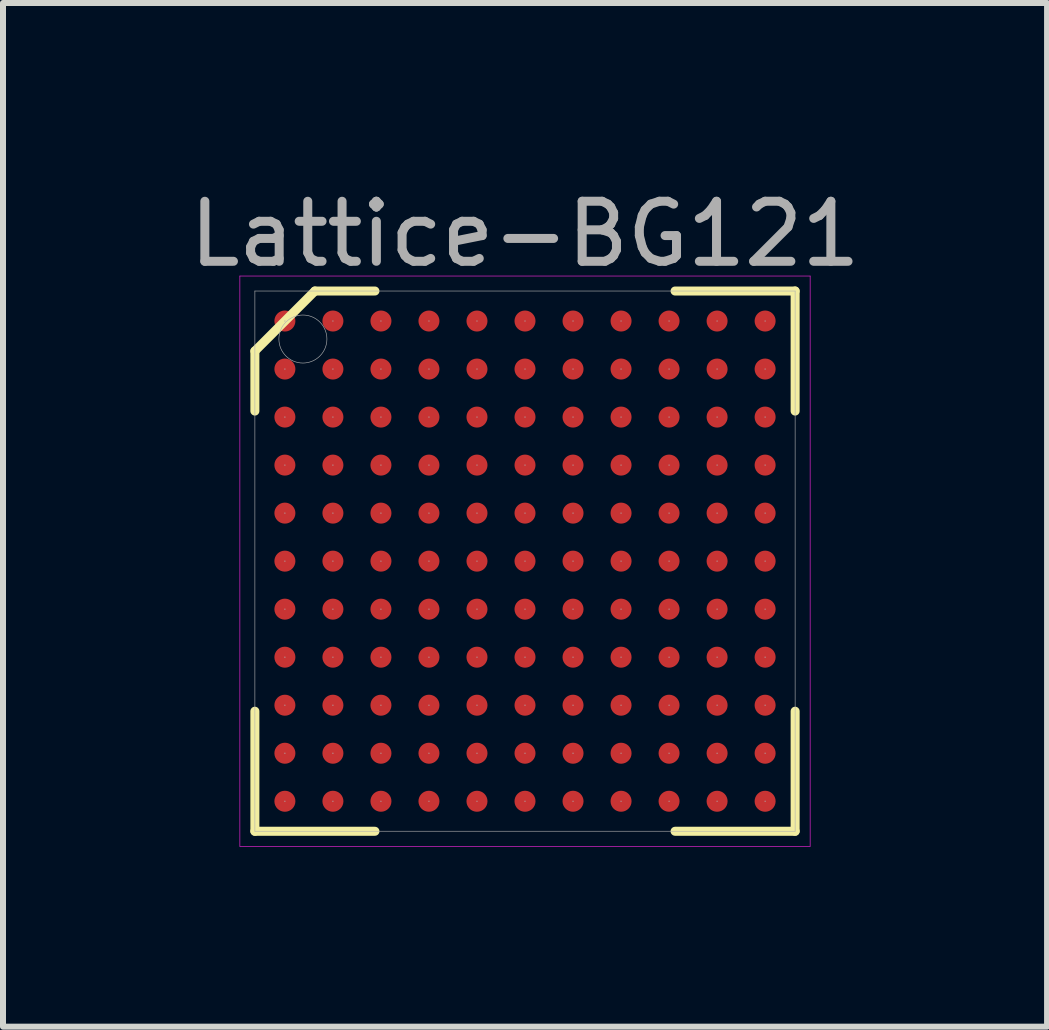
<source format=kicad_pcb>
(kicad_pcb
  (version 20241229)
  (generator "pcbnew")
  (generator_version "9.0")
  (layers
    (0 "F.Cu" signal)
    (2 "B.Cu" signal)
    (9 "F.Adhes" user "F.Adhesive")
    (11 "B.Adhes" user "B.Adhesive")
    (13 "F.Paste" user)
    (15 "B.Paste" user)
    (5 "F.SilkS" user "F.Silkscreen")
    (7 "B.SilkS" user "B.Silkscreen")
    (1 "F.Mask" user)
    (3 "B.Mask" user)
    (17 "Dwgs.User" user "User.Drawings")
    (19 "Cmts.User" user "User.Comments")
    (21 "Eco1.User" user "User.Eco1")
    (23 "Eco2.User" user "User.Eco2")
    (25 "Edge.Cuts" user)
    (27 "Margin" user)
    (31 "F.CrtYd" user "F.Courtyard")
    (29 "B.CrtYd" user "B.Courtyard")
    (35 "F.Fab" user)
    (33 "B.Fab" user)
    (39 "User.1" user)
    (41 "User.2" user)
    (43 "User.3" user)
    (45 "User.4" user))
  (footprint "Lattice-BG121"
    (layer "F.Cu")
    (at 5.696 6.298)
    (property "Reference" "Lattice-BG121" (at 0 -5.45 0) (layer "F.Fab") (effects (font (size 1 1) (thickness 0.15))))
    (attr through_hole)
    (fp_line (start -4.5 -3.5) (end -3.5 -4.5) (stroke (width 0.15) (type solid)) (layer "F.SilkS"))
    (fp_line (start -4.5 -2.5) (end -4.5 -3.5) (stroke (width 0.15) (type solid)) (layer "F.SilkS"))
    (fp_line (start -4.5 4.5) (end -4.5 2.5) (stroke (width 0.15) (type solid)) (layer "F.SilkS"))
    (fp_line (start -2.5 -4.5) (end -3.5 -4.5) (stroke (width 0.15) (type solid)) (layer "F.SilkS"))
    (fp_line (start -2.5 4.5) (end -4.5 4.5) (stroke (width 0.15) (type solid)) (layer "F.SilkS"))
    (fp_line (start 2.5 -4.5) (end 4.5 -4.5) (stroke (width 0.15) (type solid)) (layer "F.SilkS"))
    (fp_line (start 2.5 4.5) (end 4.5 4.5) (stroke (width 0.15) (type solid)) (layer "F.SilkS"))
    (fp_line (start 4.5 -4.5) (end 4.5 -2.5) (stroke (width 0.15) (type solid)) (layer "F.SilkS"))
    (fp_line (start 4.5 4.5) (end 4.5 2.5) (stroke (width 0.15) (type solid)) (layer "F.SilkS"))
    (fp_line (start -4.75 -4.75) (end 4.75 -4.75) (stroke (width 0.01) (type solid)) (layer "F.CrtYd"))
    (fp_line (start -4.75 4.75) (end -4.75 -4.75) (stroke (width 0.01) (type solid)) (layer "F.CrtYd"))
    (fp_line (start 4.75 -4.75) (end 4.75 4.75) (stroke (width 0.01) (type solid)) (layer "F.CrtYd"))
    (fp_line (start 4.75 4.75) (end -4.75 4.75) (stroke (width 0.01) (type solid)) (layer "F.CrtYd"))
    (fp_line (start -4.5 -4.5) (end 4.5 -4.5) (stroke (width 0.01) (type solid)) (layer "F.Fab"))
    (fp_line (start -4.5 4.5) (end -4.5 -4.5) (stroke (width 0.01) (type solid)) (layer "F.Fab"))
    (fp_line (start 4.5 -4.5) (end 4.5 4.5) (stroke (width 0.01) (type solid)) (layer "F.Fab"))
    (fp_line (start 4.5 4.5) (end -4.5 4.5) (stroke (width 0.01) (type solid)) (layer "F.Fab"))
    (fp_circle (center -4 -4) (end -4 -4) (stroke (width 0.01) (type solid)) (fill no) (layer "F.Fab"))
    (fp_circle (center -4 -3.2) (end -4 -3.2) (stroke (width 0.01) (type solid)) (fill no) (layer "F.Fab"))
    (fp_circle (center -4 -2.4) (end -4 -2.4) (stroke (width 0.01) (type solid)) (fill no) (layer "F.Fab"))
    (fp_circle (center -4 -1.6) (end -4 -1.6) (stroke (width 0.01) (type solid)) (fill no) (layer "F.Fab"))
    (fp_circle (center -4 -0.8) (end -4 -0.8) (stroke (width 0.01) (type solid)) (fill no) (layer "F.Fab"))
    (fp_circle (center -4 0) (end -4 0) (stroke (width 0.01) (type solid)) (fill no) (layer "F.Fab"))
    (fp_circle (center -4 0.8) (end -4 0.8) (stroke (width 0.01) (type solid)) (fill no) (layer "F.Fab"))
    (fp_circle (center -4 1.6) (end -4 1.6) (stroke (width 0.01) (type solid)) (fill no) (layer "F.Fab"))
    (fp_circle (center -4 2.4) (end -4 2.4) (stroke (width 0.01) (type solid)) (fill no) (layer "F.Fab"))
    (fp_circle (center -4 3.2) (end -4 3.2) (stroke (width 0.01) (type solid)) (fill no) (layer "F.Fab"))
    (fp_circle (center -4 4) (end -4 4) (stroke (width 0.01) (type solid)) (fill no) (layer "F.Fab"))
    (fp_circle (center -3.7 -3.7) (end -3.7 -3.3) (stroke (width 0.01) (type solid)) (fill no) (layer "F.Fab"))
    (fp_circle (center -3.2 -4) (end -3.2 -4) (stroke (width 0.01) (type solid)) (fill no) (layer "F.Fab"))
    (fp_circle (center -3.2 -3.2) (end -3.2 -3.2) (stroke (width 0.01) (type solid)) (fill no) (layer "F.Fab"))
    (fp_circle (center -3.2 -2.4) (end -3.2 -2.4) (stroke (width 0.01) (type solid)) (fill no) (layer "F.Fab"))
    (fp_circle (center -3.2 -1.6) (end -3.2 -1.6) (stroke (width 0.01) (type solid)) (fill no) (layer "F.Fab"))
    (fp_circle (center -3.2 -0.8) (end -3.2 -0.8) (stroke (width 0.01) (type solid)) (fill no) (layer "F.Fab"))
    (fp_circle (center -3.2 0) (end -3.2 0) (stroke (width 0.01) (type solid)) (fill no) (layer "F.Fab"))
    (fp_circle (center -3.2 0.8) (end -3.2 0.8) (stroke (width 0.01) (type solid)) (fill no) (layer "F.Fab"))
    (fp_circle (center -3.2 1.6) (end -3.2 1.6) (stroke (width 0.01) (type solid)) (fill no) (layer "F.Fab"))
    (fp_circle (center -3.2 2.4) (end -3.2 2.4) (stroke (width 0.01) (type solid)) (fill no) (layer "F.Fab"))
    (fp_circle (center -3.2 3.2) (end -3.2 3.2) (stroke (width 0.01) (type solid)) (fill no) (layer "F.Fab"))
    (fp_circle (center -3.2 4) (end -3.2 4) (stroke (width 0.01) (type solid)) (fill no) (layer "F.Fab"))
    (fp_circle (center -2.4 -4) (end -2.4 -4) (stroke (width 0.01) (type solid)) (fill no) (layer "F.Fab"))
    (fp_circle (center -2.4 -3.2) (end -2.4 -3.2) (stroke (width 0.01) (type solid)) (fill no) (layer "F.Fab"))
    (fp_circle (center -2.4 -2.4) (end -2.4 -2.4) (stroke (width 0.01) (type solid)) (fill no) (layer "F.Fab"))
    (fp_circle (center -2.4 -1.6) (end -2.4 -1.6) (stroke (width 0.01) (type solid)) (fill no) (layer "F.Fab"))
    (fp_circle (center -2.4 -0.8) (end -2.4 -0.8) (stroke (width 0.01) (type solid)) (fill no) (layer "F.Fab"))
    (fp_circle (center -2.4 0) (end -2.4 0) (stroke (width 0.01) (type solid)) (fill no) (layer "F.Fab"))
    (fp_circle (center -2.4 0.8) (end -2.4 0.8) (stroke (width 0.01) (type solid)) (fill no) (layer "F.Fab"))
    (fp_circle (center -2.4 1.6) (end -2.4 1.6) (stroke (width 0.01) (type solid)) (fill no) (layer "F.Fab"))
    (fp_circle (center -2.4 2.4) (end -2.4 2.4) (stroke (width 0.01) (type solid)) (fill no) (layer "F.Fab"))
    (fp_circle (center -2.4 3.2) (end -2.4 3.2) (stroke (width 0.01) (type solid)) (fill no) (layer "F.Fab"))
    (fp_circle (center -2.4 4) (end -2.4 4) (stroke (width 0.01) (type solid)) (fill no) (layer "F.Fab"))
    (fp_circle (center -1.6 -4) (end -1.6 -4) (stroke (width 0.01) (type solid)) (fill no) (layer "F.Fab"))
    (fp_circle (center -1.6 -3.2) (end -1.6 -3.2) (stroke (width 0.01) (type solid)) (fill no) (layer "F.Fab"))
    (fp_circle (center -1.6 -2.4) (end -1.6 -2.4) (stroke (width 0.01) (type solid)) (fill no) (layer "F.Fab"))
    (fp_circle (center -1.6 -1.6) (end -1.6 -1.6) (stroke (width 0.01) (type solid)) (fill no) (layer "F.Fab"))
    (fp_circle (center -1.6 -0.8) (end -1.6 -0.8) (stroke (width 0.01) (type solid)) (fill no) (layer "F.Fab"))
    (fp_circle (center -1.6 0) (end -1.6 0) (stroke (width 0.01) (type solid)) (fill no) (layer "F.Fab"))
    (fp_circle (center -1.6 0.8) (end -1.6 0.8) (stroke (width 0.01) (type solid)) (fill no) (layer "F.Fab"))
    (fp_circle (center -1.6 1.6) (end -1.6 1.6) (stroke (width 0.01) (type solid)) (fill no) (layer "F.Fab"))
    (fp_circle (center -1.6 2.4) (end -1.6 2.4) (stroke (width 0.01) (type solid)) (fill no) (layer "F.Fab"))
    (fp_circle (center -1.6 3.2) (end -1.6 3.2) (stroke (width 0.01) (type solid)) (fill no) (layer "F.Fab"))
    (fp_circle (center -1.6 4) (end -1.6 4) (stroke (width 0.01) (type solid)) (fill no) (layer "F.Fab"))
    (fp_circle (center -0.8 -4) (end -0.8 -4) (stroke (width 0.01) (type solid)) (fill no) (layer "F.Fab"))
    (fp_circle (center -0.8 -3.2) (end -0.8 -3.2) (stroke (width 0.01) (type solid)) (fill no) (layer "F.Fab"))
    (fp_circle (center -0.8 -2.4) (end -0.8 -2.4) (stroke (width 0.01) (type solid)) (fill no) (layer "F.Fab"))
    (fp_circle (center -0.8 -1.6) (end -0.8 -1.6) (stroke (width 0.01) (type solid)) (fill no) (layer "F.Fab"))
    (fp_circle (center -0.8 -0.8) (end -0.8 -0.8) (stroke (width 0.01) (type solid)) (fill no) (layer "F.Fab"))
    (fp_circle (center -0.8 0) (end -0.8 0) (stroke (width 0.01) (type solid)) (fill no) (layer "F.Fab"))
    (fp_circle (center -0.8 0.8) (end -0.8 0.8) (stroke (width 0.01) (type solid)) (fill no) (layer "F.Fab"))
    (fp_circle (center -0.8 1.6) (end -0.8 1.6) (stroke (width 0.01) (type solid)) (fill no) (layer "F.Fab"))
    (fp_circle (center -0.8 2.4) (end -0.8 2.4) (stroke (width 0.01) (type solid)) (fill no) (layer "F.Fab"))
    (fp_circle (center -0.8 3.2) (end -0.8 3.2) (stroke (width 0.01) (type solid)) (fill no) (layer "F.Fab"))
    (fp_circle (center -0.8 4) (end -0.8 4) (stroke (width 0.01) (type solid)) (fill no) (layer "F.Fab"))
    (fp_circle (center 0 -4) (end 0 -4) (stroke (width 0.01) (type solid)) (fill no) (layer "F.Fab"))
    (fp_circle (center 0 -3.2) (end 0 -3.2) (stroke (width 0.01) (type solid)) (fill no) (layer "F.Fab"))
    (fp_circle (center 0 -2.4) (end 0 -2.4) (stroke (width 0.01) (type solid)) (fill no) (layer "F.Fab"))
    (fp_circle (center 0 -1.6) (end 0 -1.6) (stroke (width 0.01) (type solid)) (fill no) (layer "F.Fab"))
    (fp_circle (center 0 -0.8) (end 0 -0.8) (stroke (width 0.01) (type solid)) (fill no) (layer "F.Fab"))
    (fp_circle (center 0 0) (end 0 0) (stroke (width 0.01) (type solid)) (fill no) (layer "F.Fab"))
    (fp_circle (center 0 0.8) (end 0 0.8) (stroke (width 0.01) (type solid)) (fill no) (layer "F.Fab"))
    (fp_circle (center 0 1.6) (end 0 1.6) (stroke (width 0.01) (type solid)) (fill no) (layer "F.Fab"))
    (fp_circle (center 0 2.4) (end 0 2.4) (stroke (width 0.01) (type solid)) (fill no) (layer "F.Fab"))
    (fp_circle (center 0 3.2) (end 0 3.2) (stroke (width 0.01) (type solid)) (fill no) (layer "F.Fab"))
    (fp_circle (center 0 4) (end 0 4) (stroke (width 0.01) (type solid)) (fill no) (layer "F.Fab"))
    (fp_circle (center 0.8 -4) (end 0.8 -4) (stroke (width 0.01) (type solid)) (fill no) (layer "F.Fab"))
    (fp_circle (center 0.8 -3.2) (end 0.8 -3.2) (stroke (width 0.01) (type solid)) (fill no) (layer "F.Fab"))
    (fp_circle (center 0.8 -2.4) (end 0.8 -2.4) (stroke (width 0.01) (type solid)) (fill no) (layer "F.Fab"))
    (fp_circle (center 0.8 -1.6) (end 0.8 -1.6) (stroke (width 0.01) (type solid)) (fill no) (layer "F.Fab"))
    (fp_circle (center 0.8 -0.8) (end 0.8 -0.8) (stroke (width 0.01) (type solid)) (fill no) (layer "F.Fab"))
    (fp_circle (center 0.8 0) (end 0.8 0) (stroke (width 0.01) (type solid)) (fill no) (layer "F.Fab"))
    (fp_circle (center 0.8 0.8) (end 0.8 0.8) (stroke (width 0.01) (type solid)) (fill no) (layer "F.Fab"))
    (fp_circle (center 0.8 1.6) (end 0.8 1.6) (stroke (width 0.01) (type solid)) (fill no) (layer "F.Fab"))
    (fp_circle (center 0.8 2.4) (end 0.8 2.4) (stroke (width 0.01) (type solid)) (fill no) (layer "F.Fab"))
    (fp_circle (center 0.8 3.2) (end 0.8 3.2) (stroke (width 0.01) (type solid)) (fill no) (layer "F.Fab"))
    (fp_circle (center 0.8 4) (end 0.8 4) (stroke (width 0.01) (type solid)) (fill no) (layer "F.Fab"))
    (fp_circle (center 1.6 -4) (end 1.6 -4) (stroke (width 0.01) (type solid)) (fill no) (layer "F.Fab"))
    (fp_circle (center 1.6 -3.2) (end 1.6 -3.2) (stroke (width 0.01) (type solid)) (fill no) (layer "F.Fab"))
    (fp_circle (center 1.6 -2.4) (end 1.6 -2.4) (stroke (width 0.01) (type solid)) (fill no) (layer "F.Fab"))
    (fp_circle (center 1.6 -1.6) (end 1.6 -1.6) (stroke (width 0.01) (type solid)) (fill no) (layer "F.Fab"))
    (fp_circle (center 1.6 -0.8) (end 1.6 -0.8) (stroke (width 0.01) (type solid)) (fill no) (layer "F.Fab"))
    (fp_circle (center 1.6 0) (end 1.6 0) (stroke (width 0.01) (type solid)) (fill no) (layer "F.Fab"))
    (fp_circle (center 1.6 0.8) (end 1.6 0.8) (stroke (width 0.01) (type solid)) (fill no) (layer "F.Fab"))
    (fp_circle (center 1.6 1.6) (end 1.6 1.6) (stroke (width 0.01) (type solid)) (fill no) (layer "F.Fab"))
    (fp_circle (center 1.6 2.4) (end 1.6 2.4) (stroke (width 0.01) (type solid)) (fill no) (layer "F.Fab"))
    (fp_circle (center 1.6 3.2) (end 1.6 3.2) (stroke (width 0.01) (type solid)) (fill no) (layer "F.Fab"))
    (fp_circle (center 1.6 4) (end 1.6 4) (stroke (width 0.01) (type solid)) (fill no) (layer "F.Fab"))
    (fp_circle (center 2.4 -4) (end 2.4 -4) (stroke (width 0.01) (type solid)) (fill no) (layer "F.Fab"))
    (fp_circle (center 2.4 -3.2) (end 2.4 -3.2) (stroke (width 0.01) (type solid)) (fill no) (layer "F.Fab"))
    (fp_circle (center 2.4 -2.4) (end 2.4 -2.4) (stroke (width 0.01) (type solid)) (fill no) (layer "F.Fab"))
    (fp_circle (center 2.4 -1.6) (end 2.4 -1.6) (stroke (width 0.01) (type solid)) (fill no) (layer "F.Fab"))
    (fp_circle (center 2.4 -0.8) (end 2.4 -0.8) (stroke (width 0.01) (type solid)) (fill no) (layer "F.Fab"))
    (fp_circle (center 2.4 0) (end 2.4 0) (stroke (width 0.01) (type solid)) (fill no) (layer "F.Fab"))
    (fp_circle (center 2.4 0.8) (end 2.4 0.8) (stroke (width 0.01) (type solid)) (fill no) (layer "F.Fab"))
    (fp_circle (center 2.4 1.6) (end 2.4 1.6) (stroke (width 0.01) (type solid)) (fill no) (layer "F.Fab"))
    (fp_circle (center 2.4 2.4) (end 2.4 2.4) (stroke (width 0.01) (type solid)) (fill no) (layer "F.Fab"))
    (fp_circle (center 2.4 3.2) (end 2.4 3.2) (stroke (width 0.01) (type solid)) (fill no) (layer "F.Fab"))
    (fp_circle (center 2.4 4) (end 2.4 4) (stroke (width 0.01) (type solid)) (fill no) (layer "F.Fab"))
    (fp_circle (center 3.2 -4) (end 3.2 -4) (stroke (width 0.01) (type solid)) (fill no) (layer "F.Fab"))
    (fp_circle (center 3.2 -3.2) (end 3.2 -3.2) (stroke (width 0.01) (type solid)) (fill no) (layer "F.Fab"))
    (fp_circle (center 3.2 -2.4) (end 3.2 -2.4) (stroke (width 0.01) (type solid)) (fill no) (layer "F.Fab"))
    (fp_circle (center 3.2 -1.6) (end 3.2 -1.6) (stroke (width 0.01) (type solid)) (fill no) (layer "F.Fab"))
    (fp_circle (center 3.2 -0.8) (end 3.2 -0.8) (stroke (width 0.01) (type solid)) (fill no) (layer "F.Fab"))
    (fp_circle (center 3.2 0) (end 3.2 0) (stroke (width 0.01) (type solid)) (fill no) (layer "F.Fab"))
    (fp_circle (center 3.2 0.8) (end 3.2 0.8) (stroke (width 0.01) (type solid)) (fill no) (layer "F.Fab"))
    (fp_circle (center 3.2 1.6) (end 3.2 1.6) (stroke (width 0.01) (type solid)) (fill no) (layer "F.Fab"))
    (fp_circle (center 3.2 2.4) (end 3.2 2.4) (stroke (width 0.01) (type solid)) (fill no) (layer "F.Fab"))
    (fp_circle (center 3.2 3.2) (end 3.2 3.2) (stroke (width 0.01) (type solid)) (fill no) (layer "F.Fab"))
    (fp_circle (center 3.2 4) (end 3.2 4) (stroke (width 0.01) (type solid)) (fill no) (layer "F.Fab"))
    (fp_circle (center 4 -4) (end 4 -4) (stroke (width 0.01) (type solid)) (fill no) (layer "F.Fab"))
    (fp_circle (center 4 -3.2) (end 4 -3.2) (stroke (width 0.01) (type solid)) (fill no) (layer "F.Fab"))
    (fp_circle (center 4 -2.4) (end 4 -2.4) (stroke (width 0.01) (type solid)) (fill no) (layer "F.Fab"))
    (fp_circle (center 4 -1.6) (end 4 -1.6) (stroke (width 0.01) (type solid)) (fill no) (layer "F.Fab"))
    (fp_circle (center 4 -0.8) (end 4 -0.8) (stroke (width 0.01) (type solid)) (fill no) (layer "F.Fab"))
    (fp_circle (center 4 0) (end 4 0) (stroke (width 0.01) (type solid)) (fill no) (layer "F.Fab"))
    (fp_circle (center 4 0.8) (end 4 0.8) (stroke (width 0.01) (type solid)) (fill no) (layer "F.Fab"))
    (fp_circle (center 4 1.6) (end 4 1.6) (stroke (width 0.01) (type solid)) (fill no) (layer "F.Fab"))
    (fp_circle (center 4 2.4) (end 4 2.4) (stroke (width 0.01) (type solid)) (fill no) (layer "F.Fab"))
    (fp_circle (center 4 3.2) (end 4 3.2) (stroke (width 0.01) (type solid)) (fill no) (layer "F.Fab"))
    (fp_circle (center 4 4) (end 4 4) (stroke (width 0.01) (type solid)) (fill no) (layer "F.Fab"))
    (pad "A1" smd circle (at -4 -4) (size 0.35 0.35) (layers "F.Cu" "F.Mask" "F.Paste"))
    (pad "A2" smd circle (at -3.2 -4) (size 0.35 0.35) (layers "F.Cu" "F.Mask" "F.Paste"))
    (pad "A3" smd circle (at -2.4 -4) (size 0.35 0.35) (layers "F.Cu" "F.Mask" "F.Paste"))
    (pad "A4" smd circle (at -1.6 -4) (size 0.35 0.35) (layers "F.Cu" "F.Mask" "F.Paste"))
    (pad "A5" smd circle (at -0.8 -4) (size 0.35 0.35) (layers "F.Cu" "F.Mask" "F.Paste"))
    (pad "A6" smd circle (at 0 -4) (size 0.35 0.35) (layers "F.Cu" "F.Mask" "F.Paste"))
    (pad "A7" smd circle (at 0.8 -4) (size 0.35 0.35) (layers "F.Cu" "F.Mask" "F.Paste"))
    (pad "A8" smd circle (at 1.6 -4) (size 0.35 0.35) (layers "F.Cu" "F.Mask" "F.Paste"))
    (pad "A9" smd circle (at 2.4 -4) (size 0.35 0.35) (layers "F.Cu" "F.Mask" "F.Paste"))
    (pad "A10" smd circle (at 3.2 -4) (size 0.35 0.35) (layers "F.Cu" "F.Mask" "F.Paste"))
    (pad "A11" smd circle (at 4 -4) (size 0.35 0.35) (layers "F.Cu" "F.Mask" "F.Paste"))
    (pad "B1" smd circle (at -4 -3.2) (size 0.35 0.35) (layers "F.Cu" "F.Mask" "F.Paste"))
    (pad "B2" smd circle (at -3.2 -3.2) (size 0.35 0.35) (layers "F.Cu" "F.Mask" "F.Paste"))
    (pad "B3" smd circle (at -2.4 -3.2) (size 0.35 0.35) (layers "F.Cu" "F.Mask" "F.Paste"))
    (pad "B4" smd circle (at -1.6 -3.2) (size 0.35 0.35) (layers "F.Cu" "F.Mask" "F.Paste"))
    (pad "B5" smd circle (at -0.8 -3.2) (size 0.35 0.35) (layers "F.Cu" "F.Mask" "F.Paste"))
    (pad "B6" smd circle (at 0 -3.2) (size 0.35 0.35) (layers "F.Cu" "F.Mask" "F.Paste"))
    (pad "B7" smd circle (at 0.8 -3.2) (size 0.35 0.35) (layers "F.Cu" "F.Mask" "F.Paste"))
    (pad "B8" smd circle (at 1.6 -3.2) (size 0.35 0.35) (layers "F.Cu" "F.Mask" "F.Paste"))
    (pad "B9" smd circle (at 2.4 -3.2) (size 0.35 0.35) (layers "F.Cu" "F.Mask" "F.Paste"))
    (pad "B10" smd circle (at 3.2 -3.2) (size 0.35 0.35) (layers "F.Cu" "F.Mask" "F.Paste"))
    (pad "B11" smd circle (at 4 -3.2) (size 0.35 0.35) (layers "F.Cu" "F.Mask" "F.Paste"))
    (pad "C1" smd circle (at -4 -2.4) (size 0.35 0.35) (layers "F.Cu" "F.Mask" "F.Paste"))
    (pad "C2" smd circle (at -3.2 -2.4) (size 0.35 0.35) (layers "F.Cu" "F.Mask" "F.Paste"))
    (pad "C3" smd circle (at -2.4 -2.4) (size 0.35 0.35) (layers "F.Cu" "F.Mask" "F.Paste"))
    (pad "C4" smd circle (at -1.6 -2.4) (size 0.35 0.35) (layers "F.Cu" "F.Mask" "F.Paste"))
    (pad "C5" smd circle (at -0.8 -2.4) (size 0.35 0.35) (layers "F.Cu" "F.Mask" "F.Paste"))
    (pad "C6" smd circle (at 0 -2.4) (size 0.35 0.35) (layers "F.Cu" "F.Mask" "F.Paste"))
    (pad "C7" smd circle (at 0.8 -2.4) (size 0.35 0.35) (layers "F.Cu" "F.Mask" "F.Paste"))
    (pad "C8" smd circle (at 1.6 -2.4) (size 0.35 0.35) (layers "F.Cu" "F.Mask" "F.Paste"))
    (pad "C9" smd circle (at 2.4 -2.4) (size 0.35 0.35) (layers "F.Cu" "F.Mask" "F.Paste"))
    (pad "C10" smd circle (at 3.2 -2.4) (size 0.35 0.35) (layers "F.Cu" "F.Mask" "F.Paste"))
    (pad "C11" smd circle (at 4 -2.4) (size 0.35 0.35) (layers "F.Cu" "F.Mask" "F.Paste"))
    (pad "D1" smd circle (at -4 -1.6) (size 0.35 0.35) (layers "F.Cu" "F.Mask" "F.Paste"))
    (pad "D2" smd circle (at -3.2 -1.6) (size 0.35 0.35) (layers "F.Cu" "F.Mask" "F.Paste"))
    (pad "D3" smd circle (at -2.4 -1.6) (size 0.35 0.35) (layers "F.Cu" "F.Mask" "F.Paste"))
    (pad "D4" smd circle (at -1.6 -1.6) (size 0.35 0.35) (layers "F.Cu" "F.Mask" "F.Paste"))
    (pad "D5" smd circle (at -0.8 -1.6) (size 0.35 0.35) (layers "F.Cu" "F.Mask" "F.Paste"))
    (pad "D6" smd circle (at 0 -1.6) (size 0.35 0.35) (layers "F.Cu" "F.Mask" "F.Paste"))
    (pad "D7" smd circle (at 0.8 -1.6) (size 0.35 0.35) (layers "F.Cu" "F.Mask" "F.Paste"))
    (pad "D8" smd circle (at 1.6 -1.6) (size 0.35 0.35) (layers "F.Cu" "F.Mask" "F.Paste"))
    (pad "D9" smd circle (at 2.4 -1.6) (size 0.35 0.35) (layers "F.Cu" "F.Mask" "F.Paste"))
    (pad "D10" smd circle (at 3.2 -1.6) (size 0.35 0.35) (layers "F.Cu" "F.Mask" "F.Paste"))
    (pad "D11" smd circle (at 4 -1.6) (size 0.35 0.35) (layers "F.Cu" "F.Mask" "F.Paste"))
    (pad "E1" smd circle (at -4 -0.8) (size 0.35 0.35) (layers "F.Cu" "F.Mask" "F.Paste"))
    (pad "E2" smd circle (at -3.2 -0.8) (size 0.35 0.35) (layers "F.Cu" "F.Mask" "F.Paste"))
    (pad "E3" smd circle (at -2.4 -0.8) (size 0.35 0.35) (layers "F.Cu" "F.Mask" "F.Paste"))
    (pad "E4" smd circle (at -1.6 -0.8) (size 0.35 0.35) (layers "F.Cu" "F.Mask" "F.Paste"))
    (pad "E5" smd circle (at -0.8 -0.8) (size 0.35 0.35) (layers "F.Cu" "F.Mask" "F.Paste"))
    (pad "E6" smd circle (at 0 -0.8) (size 0.35 0.35) (layers "F.Cu" "F.Mask" "F.Paste"))
    (pad "E7" smd circle (at 0.8 -0.8) (size 0.35 0.35) (layers "F.Cu" "F.Mask" "F.Paste"))
    (pad "E8" smd circle (at 1.6 -0.8) (size 0.35 0.35) (layers "F.Cu" "F.Mask" "F.Paste"))
    (pad "E9" smd circle (at 2.4 -0.8) (size 0.35 0.35) (layers "F.Cu" "F.Mask" "F.Paste"))
    (pad "E10" smd circle (at 3.2 -0.8) (size 0.35 0.35) (layers "F.Cu" "F.Mask" "F.Paste"))
    (pad "E11" smd circle (at 4 -0.8) (size 0.35 0.35) (layers "F.Cu" "F.Mask" "F.Paste"))
    (pad "F1" smd circle (at -4 0) (size 0.35 0.35) (layers "F.Cu" "F.Mask" "F.Paste"))
    (pad "F2" smd circle (at -3.2 0) (size 0.35 0.35) (layers "F.Cu" "F.Mask" "F.Paste"))
    (pad "F3" smd circle (at -2.4 0) (size 0.35 0.35) (layers "F.Cu" "F.Mask" "F.Paste"))
    (pad "F4" smd circle (at -1.6 0) (size 0.35 0.35) (layers "F.Cu" "F.Mask" "F.Paste"))
    (pad "F5" smd circle (at -0.8 0) (size 0.35 0.35) (layers "F.Cu" "F.Mask" "F.Paste"))
    (pad "F6" smd circle (at 0 0) (size 0.35 0.35) (layers "F.Cu" "F.Mask" "F.Paste"))
    (pad "F7" smd circle (at 0.8 0) (size 0.35 0.35) (layers "F.Cu" "F.Mask" "F.Paste"))
    (pad "F8" smd circle (at 1.6 0) (size 0.35 0.35) (layers "F.Cu" "F.Mask" "F.Paste"))
    (pad "F9" smd circle (at 2.4 0) (size 0.35 0.35) (layers "F.Cu" "F.Mask" "F.Paste"))
    (pad "F10" smd circle (at 3.2 0) (size 0.35 0.35) (layers "F.Cu" "F.Mask" "F.Paste"))
    (pad "F11" smd circle (at 4 0) (size 0.35 0.35) (layers "F.Cu" "F.Mask" "F.Paste"))
    (pad "G1" smd circle (at -4 0.8) (size 0.35 0.35) (layers "F.Cu" "F.Mask" "F.Paste"))
    (pad "G2" smd circle (at -3.2 0.8) (size 0.35 0.35) (layers "F.Cu" "F.Mask" "F.Paste"))
    (pad "G3" smd circle (at -2.4 0.8) (size 0.35 0.35) (layers "F.Cu" "F.Mask" "F.Paste"))
    (pad "G4" smd circle (at -1.6 0.8) (size 0.35 0.35) (layers "F.Cu" "F.Mask" "F.Paste"))
    (pad "G5" smd circle (at -0.8 0.8) (size 0.35 0.35) (layers "F.Cu" "F.Mask" "F.Paste"))
    (pad "G6" smd circle (at 0 0.8) (size 0.35 0.35) (layers "F.Cu" "F.Mask" "F.Paste"))
    (pad "G7" smd circle (at 0.8 0.8) (size 0.35 0.35) (layers "F.Cu" "F.Mask" "F.Paste"))
    (pad "G8" smd circle (at 1.6 0.8) (size 0.35 0.35) (layers "F.Cu" "F.Mask" "F.Paste"))
    (pad "G9" smd circle (at 2.4 0.8) (size 0.35 0.35) (layers "F.Cu" "F.Mask" "F.Paste"))
    (pad "G10" smd circle (at 3.2 0.8) (size 0.35 0.35) (layers "F.Cu" "F.Mask" "F.Paste"))
    (pad "G11" smd circle (at 4 0.8) (size 0.35 0.35) (layers "F.Cu" "F.Mask" "F.Paste"))
    (pad "H1" smd circle (at -4 1.6) (size 0.35 0.35) (layers "F.Cu" "F.Mask" "F.Paste"))
    (pad "H2" smd circle (at -3.2 1.6) (size 0.35 0.35) (layers "F.Cu" "F.Mask" "F.Paste"))
    (pad "H3" smd circle (at -2.4 1.6) (size 0.35 0.35) (layers "F.Cu" "F.Mask" "F.Paste"))
    (pad "H4" smd circle (at -1.6 1.6) (size 0.35 0.35) (layers "F.Cu" "F.Mask" "F.Paste"))
    (pad "H5" smd circle (at -0.8 1.6) (size 0.35 0.35) (layers "F.Cu" "F.Mask" "F.Paste"))
    (pad "H6" smd circle (at 0 1.6) (size 0.35 0.35) (layers "F.Cu" "F.Mask" "F.Paste"))
    (pad "H7" smd circle (at 0.8 1.6) (size 0.35 0.35) (layers "F.Cu" "F.Mask" "F.Paste"))
    (pad "H8" smd circle (at 1.6 1.6) (size 0.35 0.35) (layers "F.Cu" "F.Mask" "F.Paste"))
    (pad "H9" smd circle (at 2.4 1.6) (size 0.35 0.35) (layers "F.Cu" "F.Mask" "F.Paste"))
    (pad "H10" smd circle (at 3.2 1.6) (size 0.35 0.35) (layers "F.Cu" "F.Mask" "F.Paste"))
    (pad "H11" smd circle (at 4 1.6) (size 0.35 0.35) (layers "F.Cu" "F.Mask" "F.Paste"))
    (pad "J1" smd circle (at -4 2.4) (size 0.35 0.35) (layers "F.Cu" "F.Mask" "F.Paste"))
    (pad "J2" smd circle (at -3.2 2.4) (size 0.35 0.35) (layers "F.Cu" "F.Mask" "F.Paste"))
    (pad "J3" smd circle (at -2.4 2.4) (size 0.35 0.35) (layers "F.Cu" "F.Mask" "F.Paste"))
    (pad "J4" smd circle (at -1.6 2.4) (size 0.35 0.35) (layers "F.Cu" "F.Mask" "F.Paste"))
    (pad "J5" smd circle (at -0.8 2.4) (size 0.35 0.35) (layers "F.Cu" "F.Mask" "F.Paste"))
    (pad "J6" smd circle (at 0 2.4) (size 0.35 0.35) (layers "F.Cu" "F.Mask" "F.Paste"))
    (pad "J7" smd circle (at 0.8 2.4) (size 0.35 0.35) (layers "F.Cu" "F.Mask" "F.Paste"))
    (pad "J8" smd circle (at 1.6 2.4) (size 0.35 0.35) (layers "F.Cu" "F.Mask" "F.Paste"))
    (pad "J9" smd circle (at 2.4 2.4) (size 0.35 0.35) (layers "F.Cu" "F.Mask" "F.Paste"))
    (pad "J10" smd circle (at 3.2 2.4) (size 0.35 0.35) (layers "F.Cu" "F.Mask" "F.Paste"))
    (pad "J11" smd circle (at 4 2.4) (size 0.35 0.35) (layers "F.Cu" "F.Mask" "F.Paste"))
    (pad "K1" smd circle (at -4 3.2) (size 0.35 0.35) (layers "F.Cu" "F.Mask" "F.Paste"))
    (pad "K2" smd circle (at -3.2 3.2) (size 0.35 0.35) (layers "F.Cu" "F.Mask" "F.Paste"))
    (pad "K3" smd circle (at -2.4 3.2) (size 0.35 0.35) (layers "F.Cu" "F.Mask" "F.Paste"))
    (pad "K4" smd circle (at -1.6 3.2) (size 0.35 0.35) (layers "F.Cu" "F.Mask" "F.Paste"))
    (pad "K5" smd circle (at -0.8 3.2) (size 0.35 0.35) (layers "F.Cu" "F.Mask" "F.Paste"))
    (pad "K6" smd circle (at 0 3.2) (size 0.35 0.35) (layers "F.Cu" "F.Mask" "F.Paste"))
    (pad "K7" smd circle (at 0.8 3.2) (size 0.35 0.35) (layers "F.Cu" "F.Mask" "F.Paste"))
    (pad "K8" smd circle (at 1.6 3.2) (size 0.35 0.35) (layers "F.Cu" "F.Mask" "F.Paste"))
    (pad "K9" smd circle (at 2.4 3.2) (size 0.35 0.35) (layers "F.Cu" "F.Mask" "F.Paste"))
    (pad "K10" smd circle (at 3.2 3.2) (size 0.35 0.35) (layers "F.Cu" "F.Mask" "F.Paste"))
    (pad "K11" smd circle (at 4 3.2) (size 0.35 0.35) (layers "F.Cu" "F.Mask" "F.Paste"))
    (pad "L1" smd circle (at -4 4) (size 0.35 0.35) (layers "F.Cu" "F.Mask" "F.Paste"))
    (pad "L2" smd circle (at -3.2 4) (size 0.35 0.35) (layers "F.Cu" "F.Mask" "F.Paste"))
    (pad "L3" smd circle (at -2.4 4) (size 0.35 0.35) (layers "F.Cu" "F.Mask" "F.Paste"))
    (pad "L4" smd circle (at -1.6 4) (size 0.35 0.35) (layers "F.Cu" "F.Mask" "F.Paste"))
    (pad "L5" smd circle (at -0.8 4) (size 0.35 0.35) (layers "F.Cu" "F.Mask" "F.Paste"))
    (pad "L6" smd circle (at 0 4) (size 0.35 0.35) (layers "F.Cu" "F.Mask" "F.Paste"))
    (pad "L7" smd circle (at 0.8 4) (size 0.35 0.35) (layers "F.Cu" "F.Mask" "F.Paste"))
    (pad "L8" smd circle (at 1.6 4) (size 0.35 0.35) (layers "F.Cu" "F.Mask" "F.Paste"))
    (pad "L9" smd circle (at 2.4 4) (size 0.35 0.35) (layers "F.Cu" "F.Mask" "F.Paste"))
    (pad "L10" smd circle (at 3.2 4) (size 0.35 0.35) (layers "F.Cu" "F.Mask" "F.Paste"))
    (pad "L11" smd circle (at 4 4) (size 0.35 0.35) (layers "F.Cu" "F.Mask" "F.Paste")))
  (gr_rect
    (start -3 -3)
    (end 14.393 14.053)
    (stroke (width 0.1) (type default))
    (fill no)
    (layer "Edge.Cuts")))
</source>
